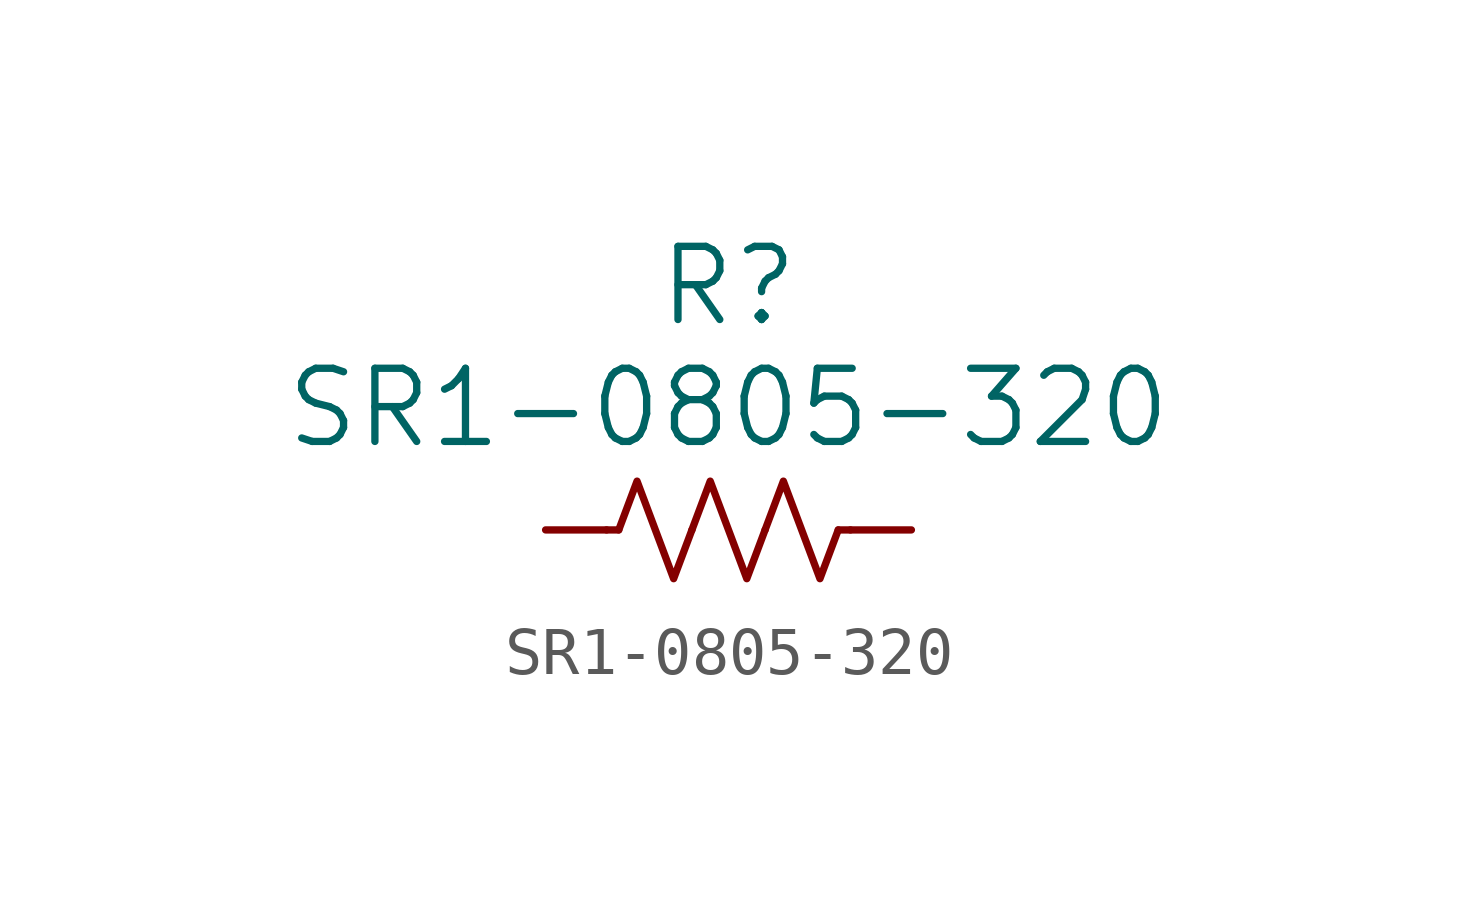
<source format=kicad_sym>
(kicad_symbol_lib
  (version 20220328)
  (generator kicad_symbol_editor)
  (symbol "SR1-0805-320"
    (pin_numbers hide)
    (pin_names
      (offset -2.54))
    (property "Reference" "R"
      (at 0 5.08 0)
      (effects (font (size 1.524 1.524))))
    (property "Value" "SR1-0805-320"
      (at 0 2.54 0)
      (effects (font (size 1.524 1.524))))
    (symbol "SR1-0805-320_0_1"
      (polyline (pts (xy -2.286 0) (xy -2.54 0)) (stroke (width 0) (type default)) (fill (type none)))
      (polyline (pts (xy 2.286 0) (xy 2.54 0)) (stroke (width 0) (type default)) (fill (type none)))
      (polyline (pts (xy -2.286 0) (xy -1.905 1.016) (xy -1.524 0) (xy -1.143 -1.016) (xy -0.762 0)) (stroke (width 0) (type default)) (fill (type none)))
      (polyline (pts (xy -0.762 0) (xy -0.381 1.016) (xy 0 0) (xy 0.381 -1.016) (xy 0.762 0)) (stroke (width 0) (type default)) (fill (type none)))
      (polyline (pts (xy 0.762 0) (xy 1.143 1.016) (xy 1.524 0) (xy 1.905 -1.016) (xy 2.286 0)) (stroke (width 0) (type default)) (fill (type none))))
    (symbol "SR1-0805-320_1_1"
      (pin passive line (at -3.81 0 0) (length 1.27) (name "~" (effects (font (size 1.27 1.27)))) (number "1" (effects (font (size 1.27 1.27)))))
      (pin passive line (at 3.81 0 180) (length 1.27) (name "~" (effects (font (size 1.27 1.27)))) (number "2" (effects (font (size 1.27 1.27))))))))
</source>
